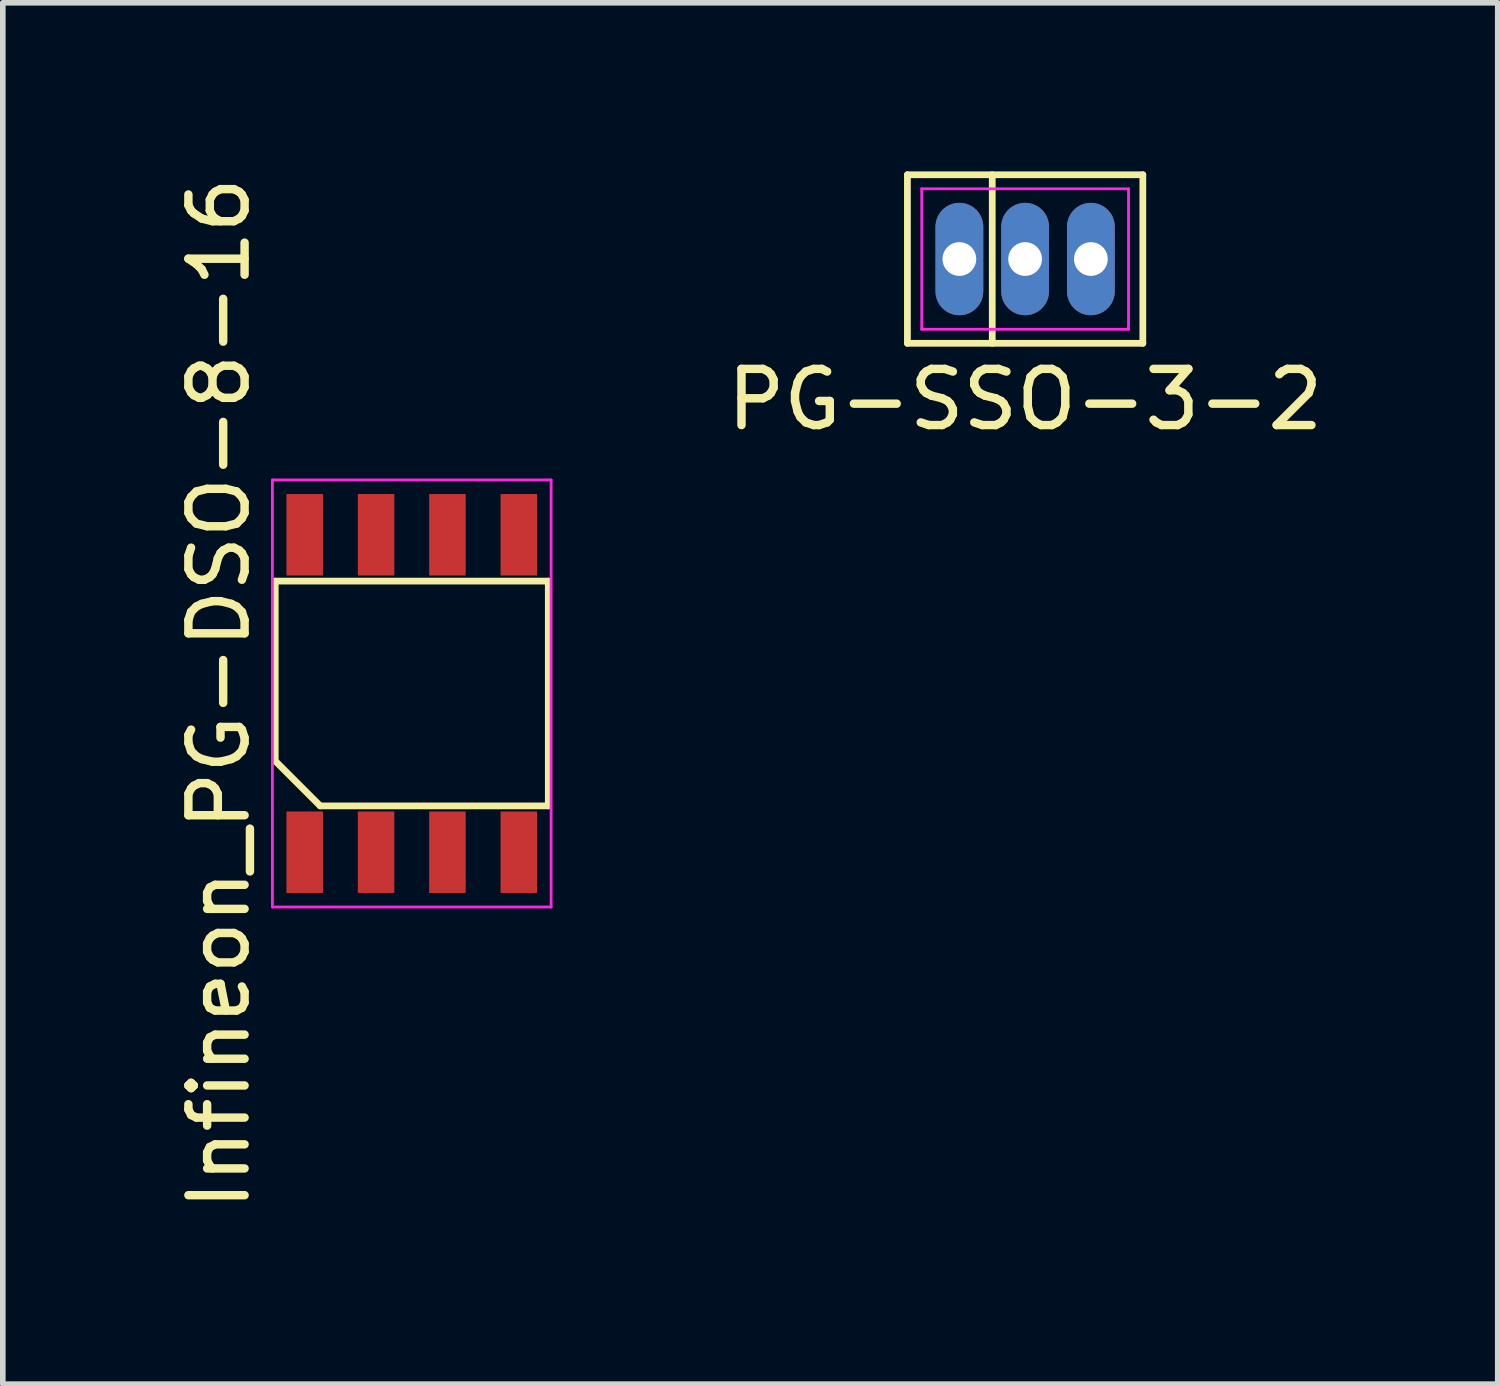
<source format=kicad_pcb>
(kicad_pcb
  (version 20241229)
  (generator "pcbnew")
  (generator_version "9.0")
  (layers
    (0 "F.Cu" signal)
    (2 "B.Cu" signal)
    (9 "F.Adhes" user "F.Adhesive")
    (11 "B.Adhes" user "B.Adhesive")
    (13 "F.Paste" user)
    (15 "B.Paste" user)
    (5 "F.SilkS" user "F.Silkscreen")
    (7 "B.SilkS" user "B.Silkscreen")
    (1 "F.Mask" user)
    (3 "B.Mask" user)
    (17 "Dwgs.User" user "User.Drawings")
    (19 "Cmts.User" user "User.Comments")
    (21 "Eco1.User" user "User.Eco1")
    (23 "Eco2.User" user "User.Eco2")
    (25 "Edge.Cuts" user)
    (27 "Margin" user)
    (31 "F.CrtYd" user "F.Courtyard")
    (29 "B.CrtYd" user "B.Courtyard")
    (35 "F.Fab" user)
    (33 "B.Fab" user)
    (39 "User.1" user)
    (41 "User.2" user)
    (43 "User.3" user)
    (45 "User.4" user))
  (footprint "Infineon_PG-DSO-8-16"
    (layer "F.Cu")
    (at 4.278 9.292)
    (property "Reference" "Infineon_PG-DSO-8-16" (at -3.43 0 90) (layer "F.SilkS") (effects (font (size 1 1) (thickness 0.15))))
    (attr smd)
    (fp_line (start -2.43 -2) (end 2.43 -2) (stroke (width 0.12) (type default)) (layer "F.SilkS"))
    (fp_line (start -2.43 1.2) (end -2.43 -2) (stroke (width 0.12) (type default)) (layer "F.SilkS"))
    (fp_line (start -1.63 2) (end -2.43 1.2) (stroke (width 0.12) (type default)) (layer "F.SilkS"))
    (fp_line (start 2.43 -2) (end 2.43 2) (stroke (width 0.12) (type default)) (layer "F.SilkS"))
    (fp_line (start 2.43 2) (end -1.63 2) (stroke (width 0.12) (type default)) (layer "F.SilkS"))
    (fp_line (start -2.48 -3.8) (end 2.48 -3.8) (stroke (width 0.05) (type default)) (layer "F.CrtYd"))
    (fp_line (start -2.48 3.8) (end -2.48 -3.8) (stroke (width 0.05) (type default)) (layer "F.CrtYd"))
    (fp_line (start 2.48 -3.8) (end 2.48 3.8) (stroke (width 0.05) (type default)) (layer "F.CrtYd"))
    (fp_line (start 2.48 3.8) (end -2.48 3.8) (stroke (width 0.05) (type default)) (layer "F.CrtYd"))
    (pad "1" smd rect (at -1.905 2.825) (size 0.65 1.45) (layers "F.Cu" "F.Mask" "F.Paste"))
    (pad "2" smd rect (at -0.635 2.825) (size 0.65 1.45) (layers "F.Cu" "F.Mask" "F.Paste"))
    (pad "3" smd rect (at 0.635 2.825) (size 0.65 1.45) (layers "F.Cu" "F.Mask" "F.Paste"))
    (pad "4" smd rect (at 1.905 2.825) (size 0.65 1.45) (layers "F.Cu" "F.Mask" "F.Paste"))
    (pad "5" smd rect (at 1.905 -2.825) (size 0.65 1.45) (layers "F.Cu" "F.Mask" "F.Paste"))
    (pad "6" smd rect (at 0.635 -2.825) (size 0.65 1.45) (layers "F.Cu" "F.Mask" "F.Paste"))
    (pad "7" smd rect (at -0.635 -2.825) (size 0.65 1.45) (layers "F.Cu" "F.Mask" "F.Paste"))
    (pad "8" smd rect (at -1.905 -2.825) (size 0.65 1.45) (layers "F.Cu" "F.Mask" "F.Paste")))
  (footprint "PG-SSO-3-2"
    (layer "F.Cu")
    (at 15.194 1.56)
    (property "Reference" "PG-SSO-3-2" (at 0 2.5 0) (layer "F.SilkS") (effects (font (size 1 1) (thickness 0.15))))
    (attr through_hole)
    (fp_line (start -2.095 -1.5) (end 2.095 -1.5) (stroke (width 0.12) (type default)) (layer "F.SilkS"))
    (fp_line (start -2.095 1.5) (end -2.095 -1.5) (stroke (width 0.12) (type default)) (layer "F.SilkS"))
    (fp_line (start -0.585 -1.5) (end -0.585 1.5) (stroke (width 0.12) (type default)) (layer "F.SilkS"))
    (fp_line (start 2.095 -1.5) (end 2.095 1.5) (stroke (width 0.12) (type default)) (layer "F.SilkS"))
    (fp_line (start 2.095 1.5) (end -2.095 1.5) (stroke (width 0.12) (type default)) (layer "F.SilkS"))
    (fp_line (start -1.84 -1.25) (end 1.84 -1.25) (stroke (width 0.05) (type default)) (layer "F.CrtYd"))
    (fp_line (start -1.84 1.25) (end -1.84 -1.25) (stroke (width 0.05) (type default)) (layer "F.CrtYd"))
    (fp_line (start 1.84 -1.25) (end 1.84 1.25) (stroke (width 0.05) (type default)) (layer "F.CrtYd"))
    (fp_line (start 1.84 1.25) (end -1.84 1.25) (stroke (width 0.05) (type default)) (layer "F.CrtYd"))
    (pad "1" thru_hole oval (at -1.17 0) (size 0.85 2) (drill 0.6) (layers "*.Cu" "*.Mask"))
    (pad "2" thru_hole oval (at 0 0) (size 0.85 2) (drill 0.6) (layers "*.Cu" "*.Mask"))
    (pad "3" thru_hole oval (at 1.17 0) (size 0.85 2) (drill 0.6) (layers "*.Cu" "*.Mask")))
  (gr_rect
    (start -3 -3)
    (end 23.605 21.583)
    (stroke (width 0.1) (type default))
    (fill no)
    (layer "Edge.Cuts")))
</source>
